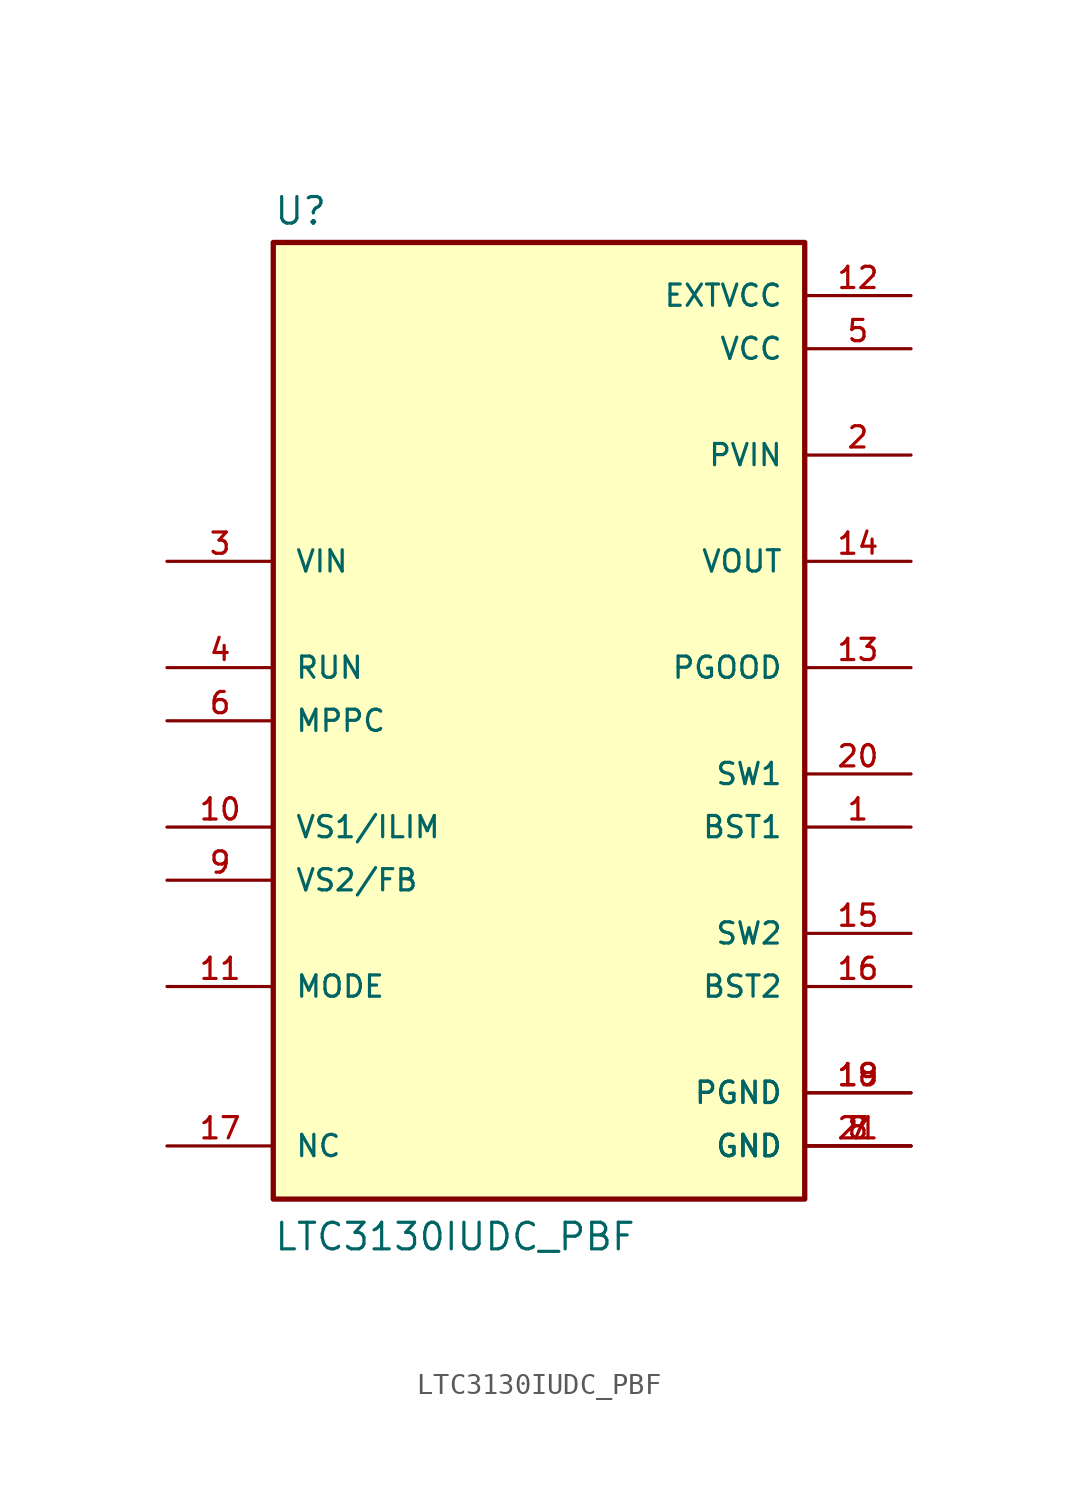
<source format=kicad_sym>
(kicad_symbol_lib
  (version 20241209)
  (generator "kicad_symbol_editor")
  (generator_version "9.0")
  (symbol "LTC3130IUDC_PBF"
    (pin_names
      (offset 1.016))
    (property "Reference" "U"
      (at -12.7 23.622 0)
      (effects (font (size 1.27 1.27)) (justify left bottom)))
    (property "Value" "LTC3130IUDC_PBF"
      (at -12.7 -25.4 0)
      (effects (font (size 1.27 1.27)) (justify left bottom)))
    (symbol "LTC3130IUDC_PBF_0_0"
      (rectangle (start -12.7 22.86) (end 12.7 -22.86) (stroke (width 0.254) (type default)) (fill (type background)))
      (pin power_in line (at -17.78 7.62 0) (length 5.08) (name "VIN" (effects (font (size 1.016 1.016)))) (number "3" (effects (font (size 1.016 1.016)))))
      (pin input line (at -17.78 2.54 0) (length 5.08) (name "RUN" (effects (font (size 1.016 1.016)))) (number "4" (effects (font (size 1.016 1.016)))))
      (pin input line (at -17.78 0 0) (length 5.08) (name "MPPC" (effects (font (size 1.016 1.016)))) (number "6" (effects (font (size 1.016 1.016)))))
      (pin input line (at -17.78 -5.08 0) (length 5.08) (name "VS1/ILIM" (effects (font (size 1.016 1.016)))) (number "10" (effects (font (size 1.016 1.016)))))
      (pin input line (at -17.78 -7.62 0) (length 5.08) (name "VS2/FB" (effects (font (size 1.016 1.016)))) (number "9" (effects (font (size 1.016 1.016)))))
      (pin input line (at -17.78 -12.7 0) (length 5.08) (name "MODE" (effects (font (size 1.016 1.016)))) (number "11" (effects (font (size 1.016 1.016)))))
      (pin passive line (at -17.78 -20.32 0) (length 5.08) (name "NC" (effects (font (size 1.016 1.016)))) (number "17" (effects (font (size 1.016 1.016)))))
      (pin power_out line (at 17.78 20.32 180) (length 5.08) (name "EXTVCC" (effects (font (size 1.016 1.016)))) (number "12" (effects (font (size 1.016 1.016)))))
      (pin power_out line (at 17.78 17.78 180) (length 5.08) (name "VCC" (effects (font (size 1.016 1.016)))) (number "5" (effects (font (size 1.016 1.016)))))
      (pin power_in line (at 17.78 12.7 180) (length 5.08) (name "PVIN" (effects (font (size 1.016 1.016)))) (number "2" (effects (font (size 1.016 1.016)))))
      (pin power_out line (at 17.78 7.62 180) (length 5.08) (name "VOUT" (effects (font (size 1.016 1.016)))) (number "14" (effects (font (size 1.016 1.016)))))
      (pin output line (at 17.78 2.54 180) (length 5.08) (name "PGOOD" (effects (font (size 1.016 1.016)))) (number "13" (effects (font (size 1.016 1.016)))))
      (pin passive line (at 17.78 -2.54 180) (length 5.08) (name "SW1" (effects (font (size 1.016 1.016)))) (number "20" (effects (font (size 1.016 1.016)))))
      (pin passive line (at 17.78 -5.08 180) (length 5.08) (name "BST1" (effects (font (size 1.016 1.016)))) (number "1" (effects (font (size 1.016 1.016)))))
      (pin passive line (at 17.78 -10.16 180) (length 5.08) (name "SW2" (effects (font (size 1.016 1.016)))) (number "15" (effects (font (size 1.016 1.016)))))
      (pin passive line (at 17.78 -12.7 180) (length 5.08) (name "BST2" (effects (font (size 1.016 1.016)))) (number "16" (effects (font (size 1.016 1.016)))))
      (pin power_in line (at 17.78 -17.78 180) (length 5.08) (name "PGND" (effects (font (size 1.016 1.016)))) (number "18" (effects (font (size 1.016 1.016)))))
      (pin power_in line (at 17.78 -17.78 180) (length 5.08) (name "PGND" (effects (font (size 1.016 1.016)))) (number "19" (effects (font (size 1.016 1.016)))))
      (pin power_in line (at 17.78 -20.32 180) (length 5.08) (name "GND" (effects (font (size 1.016 1.016)))) (number "21" (effects (font (size 1.016 1.016)))))
      (pin power_in line (at 17.78 -20.32 180) (length 5.08) (name "GND" (effects (font (size 1.016 1.016)))) (number "7" (effects (font (size 1.016 1.016)))))
      (pin power_in line (at 17.78 -20.32 180) (length 5.08) (name "GND" (effects (font (size 1.016 1.016)))) (number "8" (effects (font (size 1.016 1.016))))))))
</source>
